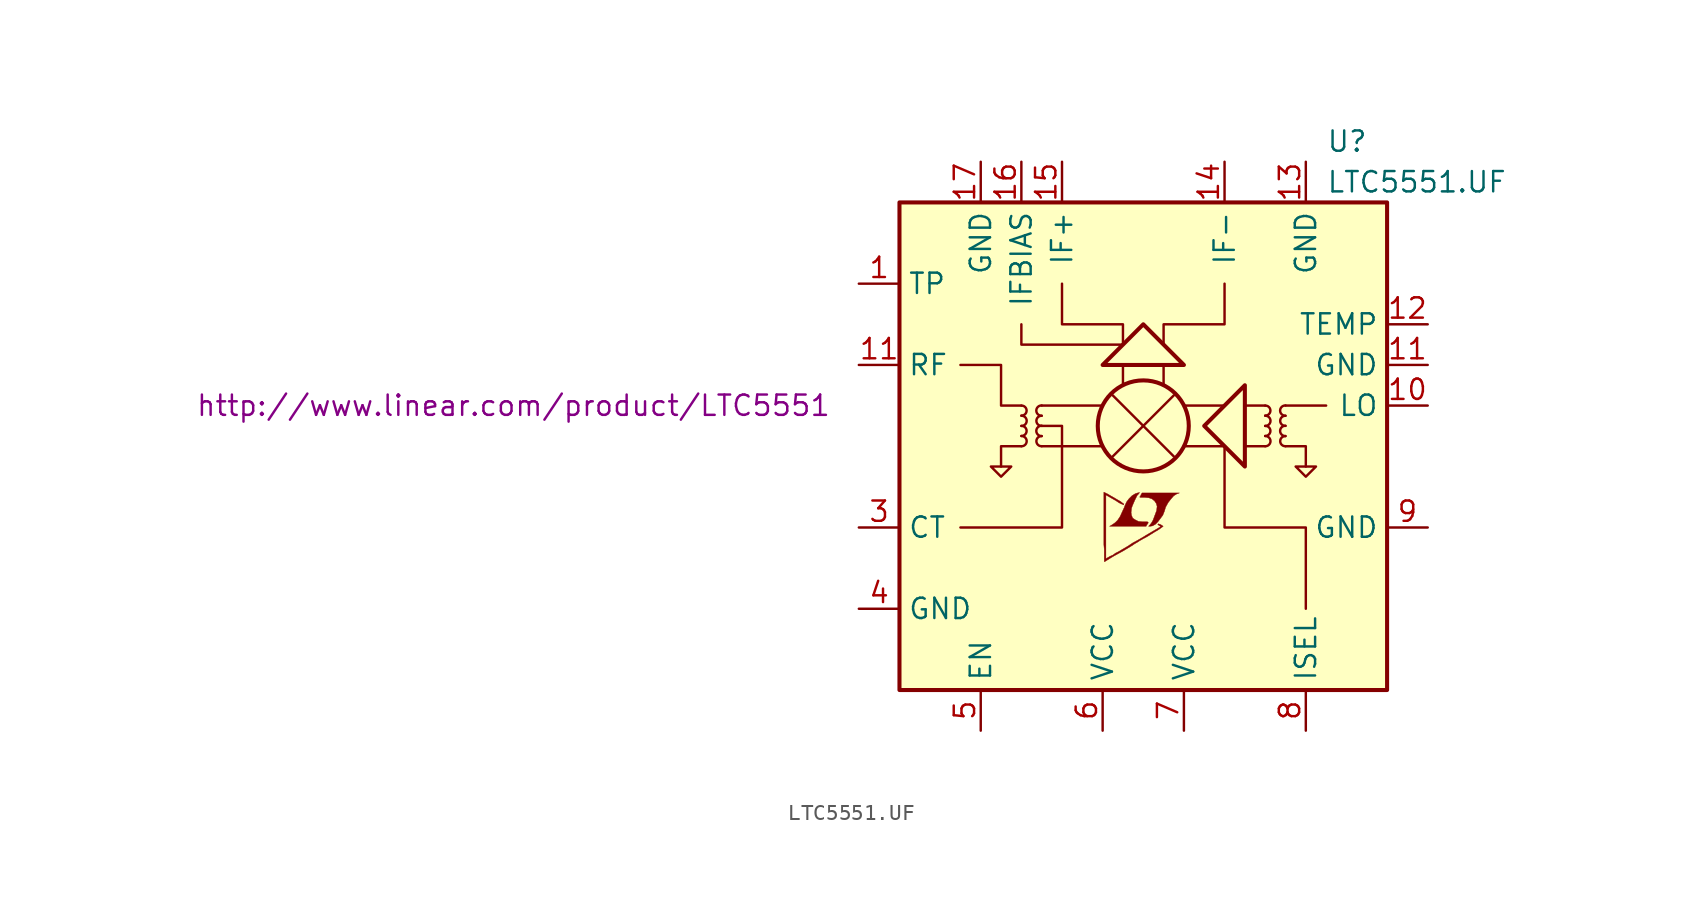
<source format=kicad_sym>
(kicad_symbol_lib
  (version 20201005)
  (generator kicad_symbol_editor)
  (symbol "LTC5551.UF"
    (property "Reference" "U"
      (at 11.43 19.05 0)
      (effects (font (size 1.27 1.27)) (justify left)))
    (property "Value" "LTC5551.UF"
      (at 11.43 16.51 0)
      (effects (font (size 1.27 1.27)) (justify left)))
    (property "Datasheet" "http://www.linear.com/product/LTC5551"
      (at -39.37 2.54 0)
      (effects (font (size 1.27 1.27))))
    (symbol "LTC5551.UF_0_0"
      (polyline (pts (xy 0.584 -4.978) (xy 0.762 -4.877) (xy 0.914 -4.724) (xy 1.219 -4.318) (xy 1.321 -4.064) (xy 1.397 -3.81) (xy 1.549 -3.531) (xy 1.727 -3.302) (xy 1.905 -3.099) (xy 2.108 -2.972) (xy 2.261 -2.921) (xy -0.076 -2.921) (xy -0.152 -3.048) (xy -0.152 -3.073) (xy -0.203 -3.15) (xy -0.229 -3.175) (xy -0.178 -3.2) (xy 0.102 -3.2) (xy 0.356 -3.226) (xy 0.559 -3.302) (xy 0.711 -3.429) (xy 0.813 -3.581) (xy 0.864 -3.759) (xy 0.838 -3.988) (xy 0.838 -4.013) (xy 0.61 -4.623) (xy 0.508 -4.801) (xy 0.406 -4.928) (xy 0.33 -5.004) (xy 0.432 -5.004) (xy 0.584 -4.978)) (stroke (width 0.025)) (fill (type outline)))
      (polyline (pts (xy 0.229 -4.902) (xy 0.254 -4.877) (xy 0.305 -4.801) (xy 0.305 -4.75) (xy 0.254 -4.724) (xy -0.051 -4.724) (xy -0.305 -4.699) (xy -0.508 -4.597) (xy -0.66 -4.496) (xy -0.737 -4.318) (xy -0.762 -4.14) (xy -0.737 -3.912) (xy -0.737 -3.886) (xy -0.686 -3.734) (xy -0.533 -3.378) (xy -0.381 -3.073) (xy -0.305 -2.997) (xy -0.229 -2.896) (xy -0.356 -2.921) (xy -0.508 -2.972) (xy -0.711 -3.099) (xy -0.889 -3.277) (xy -1.041 -3.48) (xy -1.168 -3.759) (xy -1.168 -3.785) (xy -1.321 -4.115) (xy -1.448 -4.394) (xy -1.6 -4.623) (xy -1.753 -4.775) (xy -1.93 -4.902) (xy -2.108 -5.004) (xy 0.178 -5.004) (xy 0.229 -4.902)) (stroke (width 0.025)) (fill (type outline)))
      (polyline (pts (xy -2.362 -7.188) (xy -2.286 -7.137) (xy -2.159 -7.061) (xy -2.083 -7.01) (xy -1.829 -6.858) (xy -1.27 -6.553) (xy -0.762 -6.248) (xy -0.533 -6.096) (xy -0.356 -5.994) (xy -0.203 -5.893) (xy -0.102 -5.842) (xy -0.025 -5.791) (xy 0.127 -5.715) (xy 0.305 -5.613) (xy 0.711 -5.359) (xy 0.889 -5.258) (xy 1.041 -5.156) (xy 1.143 -5.08) (xy 1.219 -5.029) (xy 1.245 -5.004) (xy 1.092 -4.902) (xy 0.94 -4.851) (xy 0.914 -4.877) (xy 0.914 -4.902) (xy 0.991 -4.953) (xy 1.092 -5.029) (xy 0.178 -5.563) (xy -0.025 -5.69) (xy -0.33 -5.867) (xy -0.66 -6.045) (xy -0.965 -6.248) (xy -1.27 -6.426) (xy -1.524 -6.579) (xy -1.727 -6.68) (xy -1.905 -6.807) (xy -2.083 -6.883) (xy -2.21 -6.96) (xy -2.311 -7.01) (xy -2.337 -7.036) (xy -2.337 -3.048) (xy -1.803 -3.353) (xy -1.676 -3.429) (xy -1.524 -3.531) (xy -1.372 -3.607) (xy -1.295 -3.632) (xy -1.245 -3.658) (xy -1.219 -3.658) (xy -1.219 -3.607) (xy -1.295 -3.556) (xy -1.422 -3.454) (xy -1.6 -3.353) (xy -1.727 -3.277) (xy -2.083 -3.073) (xy -2.21 -2.997) (xy -2.464 -2.87) (xy -2.464 -6.147) (xy -2.438 -6.452) (xy -2.438 -7.214) (xy -2.413 -7.214) (xy -2.362 -7.188)) (stroke (width 0.025)) (fill (type outline))))
    (symbol "LTC5551.UF_0_1"
      (arc (start -7.62 0) (end -7.62 0.635) (radius (at -7.62 0.3048) (length 0.3048) (angles -89.9 89.9)) (stroke (width 0)) (fill (type none)))
      (arc (start -7.62 0.635) (end -7.62 1.27) (radius (at -7.62 0.9398) (length 0.3048) (angles -89.9 89.9)) (stroke (width 0)) (fill (type none)))
      (arc (start -7.62 1.27) (end -7.62 1.905) (radius (at -7.62 1.5748) (length 0.3048) (angles -89.9 89.9)) (stroke (width 0)) (fill (type none)))
      (arc (start -7.62 1.905) (end -7.62 2.54) (radius (at -7.62 2.2098) (length 0.3048) (angles -89.9 89.9)) (stroke (width 0)) (fill (type none)))
      (arc (start -6.35 0.635) (end -6.35 0) (radius (at -6.35 0.3302) (length 0.3048) (angles 90.1 -90.1)) (stroke (width 0)) (fill (type none)))
      (arc (start -6.35 1.27) (end -6.35 0.635) (radius (at -6.35 0.9652) (length 0.3048) (angles 90.1 -90.1)) (stroke (width 0)) (fill (type none)))
      (arc (start -6.35 1.905) (end -6.35 1.27) (radius (at -6.35 1.6002) (length 0.3048) (angles 90.1 -90.1)) (stroke (width 0)) (fill (type none)))
      (arc (start -6.35 2.54) (end -6.35 1.905) (radius (at -6.35 2.2352) (length 0.3048) (angles 90.1 -90.1)) (stroke (width 0)) (fill (type none)))
      (arc (start 7.62 0) (end 7.62 0.635) (radius (at 7.62 0.3048) (length 0.3048) (angles -89.9 89.9)) (stroke (width 0)) (fill (type none)))
      (arc (start 7.62 0.635) (end 7.62 1.27) (radius (at 7.62 0.9398) (length 0.3048) (angles -89.9 89.9)) (stroke (width 0)) (fill (type none)))
      (arc (start 7.62 1.27) (end 7.62 1.905) (radius (at 7.62 1.5748) (length 0.3048) (angles -89.9 89.9)) (stroke (width 0)) (fill (type none)))
      (arc (start 7.62 1.905) (end 7.62 2.54) (radius (at 7.62 2.2098) (length 0.3048) (angles -89.9 89.9)) (stroke (width 0)) (fill (type none)))
      (arc (start 8.89 0.635) (end 8.89 0) (radius (at 8.89 0.3302) (length 0.3048) (angles 90.1 -90.1)) (stroke (width 0)) (fill (type none)))
      (arc (start 8.89 1.27) (end 8.89 0.635) (radius (at 8.89 0.9652) (length 0.3048) (angles 90.1 -90.1)) (stroke (width 0)) (fill (type none)))
      (arc (start 8.89 1.905) (end 8.89 1.27) (radius (at 8.89 1.6002) (length 0.3048) (angles 90.1 -90.1)) (stroke (width 0)) (fill (type none)))
      (arc (start 8.89 2.54) (end 8.89 1.905) (radius (at 8.89 2.2352) (length 0.3048) (angles 90.1 -90.1)) (stroke (width 0)) (fill (type none)))
      (circle (center 0 1.27) (radius 2.845) (stroke (width 0.254)) (fill (type none)))
      (rectangle (start 15.24 15.24) (end -15.24 -15.24) (stroke (width 0.254)) (fill (type background)))
      (polyline (pts (xy -6.35 0) (xy -2.54 0)) (stroke (width 0)) (fill (type none)))
      (polyline (pts (xy -6.35 2.54) (xy -2.54 2.54)) (stroke (width 0)) (fill (type none)))
      (polyline (pts (xy -1.905 3.175) (xy 1.905 -0.635)) (stroke (width 0)) (fill (type none)))
      (polyline (pts (xy -1.27 3.81) (xy -1.27 5.08)) (stroke (width 0)) (fill (type none)))
      (polyline (pts (xy 1.27 3.81) (xy 1.27 5.08)) (stroke (width 0)) (fill (type none)))
      (polyline (pts (xy 1.905 3.175) (xy -1.905 -0.635)) (stroke (width 0)) (fill (type none)))
      (polyline (pts (xy 5.08 0) (xy 2.54 0)) (stroke (width 0)) (fill (type none)))
      (polyline (pts (xy 5.08 2.54) (xy 2.54 2.54)) (stroke (width 0)) (fill (type none)))
      (polyline (pts (xy 6.35 2.54) (xy 7.62 2.54)) (stroke (width 0)) (fill (type none)))
      (polyline (pts (xy 7.62 0) (xy 6.35 0)) (stroke (width 0)) (fill (type none)))
      (polyline (pts (xy 11.43 2.54) (xy 8.89 2.54)) (stroke (width 0)) (fill (type none)))
      (polyline (pts (xy -7.62 0) (xy -8.89 0) (xy -8.89 -1.27)) (stroke (width 0)) (fill (type none)))
      (polyline (pts (xy -1.27 6.35) (xy -7.62 6.35) (xy -7.62 7.62)) (stroke (width 0)) (fill (type none)))
      (polyline (pts (xy 8.89 0) (xy 10.16 0) (xy 10.16 -1.27)) (stroke (width 0)) (fill (type none)))
      (polyline (pts (xy -11.43 5.08) (xy -8.89 5.08) (xy -8.89 2.54) (xy -7.62 2.54)) (stroke (width 0)) (fill (type none)))
      (polyline (pts (xy -8.89 -1.905) (xy -9.525 -1.27) (xy -8.255 -1.27) (xy -8.89 -1.905)) (stroke (width 0)) (fill (type none)))
      (polyline (pts (xy -6.35 1.27) (xy -5.08 1.27) (xy -5.08 -5.08) (xy -11.43 -5.08)) (stroke (width 0)) (fill (type none)))
      (polyline (pts (xy -1.27 6.35) (xy -1.27 7.62) (xy -5.08 7.62) (xy -5.08 10.16)) (stroke (width 0)) (fill (type none)))
      (polyline (pts (xy 0 7.62) (xy 2.54 5.08) (xy -2.54 5.08) (xy 0 7.62)) (stroke (width 0.254)) (fill (type none)))
      (polyline (pts (xy 1.27 6.35) (xy 1.27 7.62) (xy 5.08 7.62) (xy 5.08 10.16)) (stroke (width 0)) (fill (type none)))
      (polyline (pts (xy 3.81 1.27) (xy 6.35 3.81) (xy 6.35 -1.27) (xy 3.81 1.27)) (stroke (width 0.254)) (fill (type none)))
      (polyline (pts (xy 5.08 0) (xy 5.08 -5.08) (xy 10.16 -5.08) (xy 10.16 -10.16)) (stroke (width 0)) (fill (type none)))
      (polyline (pts (xy 10.16 -1.905) (xy 9.525 -1.27) (xy 10.795 -1.27) (xy 10.16 -1.905)) (stroke (width 0)) (fill (type none))))
    (symbol "LTC5551.UF_1_1"
      (pin passive line (at -17.78 10.16 0) (length 2.54) (name "TP" (effects (font (size 1.27 1.27)))) (number "1" (effects (font (size 1.27 1.27)))))
      (pin input line (at 17.78 2.54 180) (length 2.54) (name "LO" (effects (font (size 1.27 1.27)))) (number "10" (effects (font (size 1.27 1.27)))))
      (pin power_in line (at 17.78 5.08 180) (length 2.54) (name "GND" (effects (font (size 1.27 1.27)))) (number "11" (effects (font (size 1.27 1.27)))))
      (pin input line (at -17.78 5.08 0) (length 2.54) (name "RF" (effects (font (size 1.27 1.27)))) (number "11" (effects (font (size 1.27 1.27)))))
      (pin passive line (at 17.78 7.62 180) (length 2.54) (name "TEMP" (effects (font (size 1.27 1.27)))) (number "12" (effects (font (size 1.27 1.27)))))
      (pin power_in line (at 10.16 17.78 270) (length 2.54) (name "GND" (effects (font (size 1.27 1.27)))) (number "13" (effects (font (size 1.27 1.27)))))
      (pin output line (at 5.08 17.78 270) (length 2.54) (name "IF-" (effects (font (size 1.27 1.27)))) (number "14" (effects (font (size 1.27 1.27)))))
      (pin output line (at -5.08 17.78 270) (length 2.54) (name "IF+" (effects (font (size 1.27 1.27)))) (number "15" (effects (font (size 1.27 1.27)))))
      (pin passive line (at -7.62 17.78 270) (length 2.54) (name "IFBIAS" (effects (font (size 1.27 1.27)))) (number "16" (effects (font (size 1.27 1.27)))))
      (pin power_in line (at -10.16 17.78 270) (length 2.54) (name "GND" (effects (font (size 1.27 1.27)))) (number "17" (effects (font (size 1.27 1.27)))))
      (pin passive line (at -17.78 -5.08 0) (length 2.54) (name "CT" (effects (font (size 1.27 1.27)))) (number "3" (effects (font (size 1.27 1.27)))))
      (pin power_in line (at -17.78 -10.16 0) (length 2.54) (name "GND" (effects (font (size 1.27 1.27)))) (number "4" (effects (font (size 1.27 1.27)))))
      (pin input line (at -10.16 -17.78 90) (length 2.54) (name "EN" (effects (font (size 1.27 1.27)))) (number "5" (effects (font (size 1.27 1.27)))))
      (pin power_in line (at -2.54 -17.78 90) (length 2.54) (name "VCC" (effects (font (size 1.27 1.27)))) (number "6" (effects (font (size 1.27 1.27)))))
      (pin power_in line (at 2.54 -17.78 90) (length 2.54) (name "VCC" (effects (font (size 1.27 1.27)))) (number "7" (effects (font (size 1.27 1.27)))))
      (pin passive line (at 10.16 -17.78 90) (length 2.54) (name "ISEL" (effects (font (size 1.27 1.27)))) (number "8" (effects (font (size 1.27 1.27)))))
      (pin power_in line (at 17.78 -5.08 180) (length 2.54) (name "GND" (effects (font (size 1.27 1.27)))) (number "9" (effects (font (size 1.27 1.27))))))))
</source>
